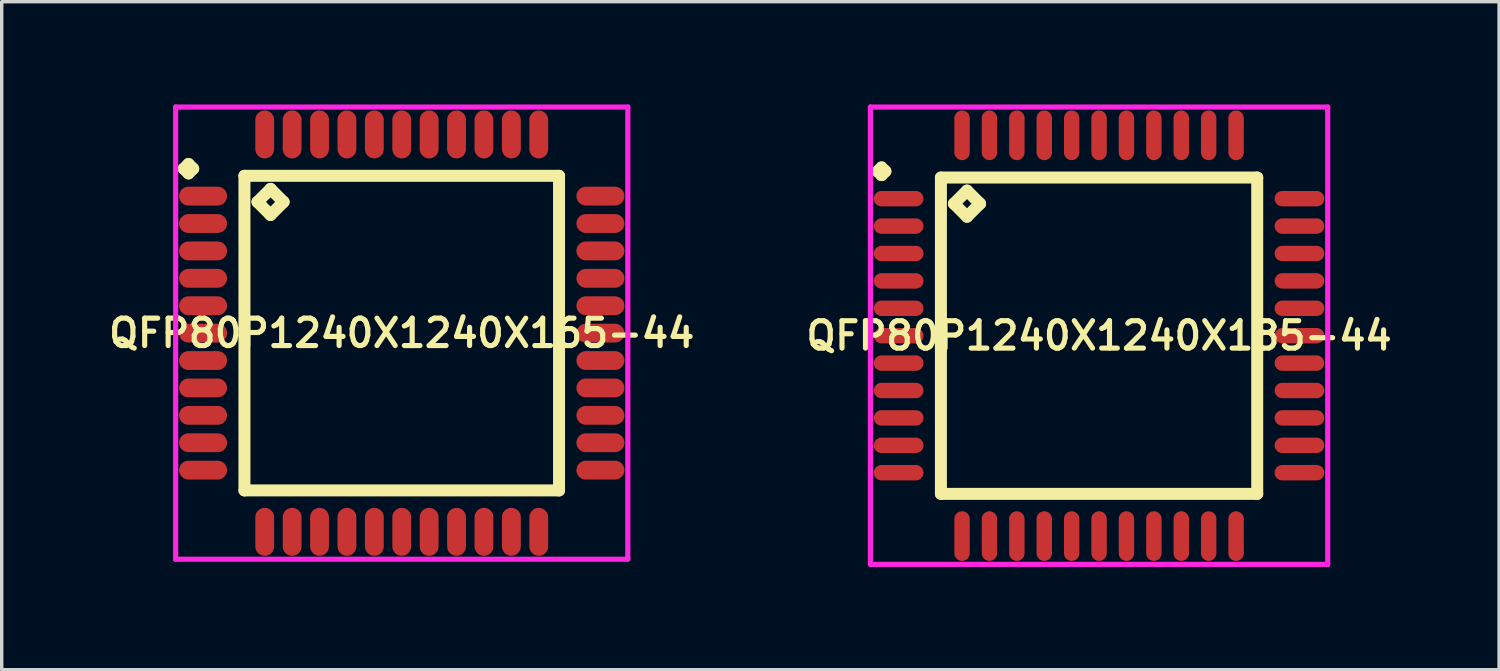
<source format=kicad_pcb>
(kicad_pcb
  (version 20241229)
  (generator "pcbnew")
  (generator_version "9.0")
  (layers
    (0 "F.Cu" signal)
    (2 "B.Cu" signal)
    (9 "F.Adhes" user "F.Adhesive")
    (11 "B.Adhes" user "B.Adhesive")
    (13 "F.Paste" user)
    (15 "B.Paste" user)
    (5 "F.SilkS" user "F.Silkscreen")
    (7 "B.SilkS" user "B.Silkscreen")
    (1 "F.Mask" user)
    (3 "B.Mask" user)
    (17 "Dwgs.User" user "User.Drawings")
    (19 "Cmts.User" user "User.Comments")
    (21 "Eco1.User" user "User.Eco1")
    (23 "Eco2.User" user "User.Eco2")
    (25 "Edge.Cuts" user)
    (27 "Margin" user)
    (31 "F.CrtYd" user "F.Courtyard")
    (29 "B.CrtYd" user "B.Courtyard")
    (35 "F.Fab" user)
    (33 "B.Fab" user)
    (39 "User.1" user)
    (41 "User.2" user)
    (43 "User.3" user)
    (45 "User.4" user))
  (footprint "QFP80P1240X1240X165-44"
    (layer "F.Cu")
    (at 8.678 6.675)
    (property "Reference" "QFP80P1240X1240X165-44" (at 0 0 0) (layer "F.SilkS") (effects (font (size 0.8 0.8) (thickness 0.15))))
    (attr smd)
    (fp_line (start -6.362 -4.8) (end -6.225 -4.938) (stroke (width 0.35) (type solid)) (layer "F.SilkS"))
    (fp_line (start -6.225 -4.938) (end -6.088 -4.8) (stroke (width 0.35) (type solid)) (layer "F.SilkS"))
    (fp_line (start -6.225 -4.662) (end -6.362 -4.8) (stroke (width 0.35) (type solid)) (layer "F.SilkS"))
    (fp_line (start -6.088 -4.8) (end -6.225 -4.662) (stroke (width 0.35) (type solid)) (layer "F.SilkS"))
    (fp_line (start -4.592 -4.592) (end -4.592 4.592) (stroke (width 0.35) (type solid)) (layer "F.SilkS"))
    (fp_line (start -4.592 4.592) (end 4.592 4.592) (stroke (width 0.35) (type solid)) (layer "F.SilkS"))
    (fp_line (start -4.211 -3.83) (end -3.83 -4.211) (stroke (width 0.35) (type solid)) (layer "F.SilkS"))
    (fp_line (start -3.83 -4.211) (end -3.449 -3.83) (stroke (width 0.35) (type solid)) (layer "F.SilkS"))
    (fp_line (start -3.83 -3.449) (end -4.211 -3.83) (stroke (width 0.35) (type solid)) (layer "F.SilkS"))
    (fp_line (start -3.449 -3.83) (end -3.83 -3.449) (stroke (width 0.35) (type solid)) (layer "F.SilkS"))
    (fp_line (start 4.592 -4.592) (end -4.592 -4.592) (stroke (width 0.35) (type solid)) (layer "F.SilkS"))
    (fp_line (start 4.592 4.592) (end 4.592 -4.592) (stroke (width 0.35) (type solid)) (layer "F.SilkS"))
    (fp_line (start -6.6 -6.6) (end 6.6 -6.6) (stroke (width 0.15) (type solid)) (layer "F.CrtYd"))
    (fp_line (start -6.6 6.6) (end -6.6 -6.6) (stroke (width 0.15) (type solid)) (layer "F.CrtYd"))
    (fp_line (start 6.6 -6.6) (end 6.6 6.6) (stroke (width 0.15) (type solid)) (layer "F.CrtYd"))
    (fp_line (start 6.6 6.6) (end -6.6 6.6) (stroke (width 0.15) (type solid)) (layer "F.CrtYd"))
    (pad "1" smd oval (at -5.8 -4) (size 1.4 0.55) (layers "F.Cu" "F.Mask" "F.Paste"))
    (pad "2" smd oval (at -5.8 -3.2) (size 1.4 0.55) (layers "F.Cu" "F.Mask" "F.Paste"))
    (pad "3" smd oval (at -5.8 -2.4) (size 1.4 0.55) (layers "F.Cu" "F.Mask" "F.Paste"))
    (pad "4" smd oval (at -5.8 -1.6) (size 1.4 0.55) (layers "F.Cu" "F.Mask" "F.Paste"))
    (pad "5" smd oval (at -5.8 -0.8) (size 1.4 0.55) (layers "F.Cu" "F.Mask" "F.Paste"))
    (pad "6" smd oval (at -5.8 0) (size 1.4 0.55) (layers "F.Cu" "F.Mask" "F.Paste"))
    (pad "7" smd oval (at -5.8 0.8) (size 1.4 0.55) (layers "F.Cu" "F.Mask" "F.Paste"))
    (pad "8" smd oval (at -5.8 1.6) (size 1.4 0.55) (layers "F.Cu" "F.Mask" "F.Paste"))
    (pad "9" smd oval (at -5.8 2.4) (size 1.4 0.55) (layers "F.Cu" "F.Mask" "F.Paste"))
    (pad "10" smd oval (at -5.8 3.2) (size 1.4 0.55) (layers "F.Cu" "F.Mask" "F.Paste"))
    (pad "11" smd oval (at -5.8 4) (size 1.4 0.55) (layers "F.Cu" "F.Mask" "F.Paste"))
    (pad "12" smd oval (at -4 5.8) (size 0.55 1.4) (layers "F.Cu" "F.Mask" "F.Paste"))
    (pad "13" smd oval (at -3.2 5.8) (size 0.55 1.4) (layers "F.Cu" "F.Mask" "F.Paste"))
    (pad "14" smd oval (at -2.4 5.8) (size 0.55 1.4) (layers "F.Cu" "F.Mask" "F.Paste"))
    (pad "15" smd oval (at -1.6 5.8) (size 0.55 1.4) (layers "F.Cu" "F.Mask" "F.Paste"))
    (pad "16" smd oval (at -0.8 5.8) (size 0.55 1.4) (layers "F.Cu" "F.Mask" "F.Paste"))
    (pad "17" smd oval (at 0 5.8) (size 0.55 1.4) (layers "F.Cu" "F.Mask" "F.Paste"))
    (pad "18" smd oval (at 0.8 5.8) (size 0.55 1.4) (layers "F.Cu" "F.Mask" "F.Paste"))
    (pad "19" smd oval (at 1.6 5.8) (size 0.55 1.4) (layers "F.Cu" "F.Mask" "F.Paste"))
    (pad "20" smd oval (at 2.4 5.8) (size 0.55 1.4) (layers "F.Cu" "F.Mask" "F.Paste"))
    (pad "21" smd oval (at 3.2 5.8) (size 0.55 1.4) (layers "F.Cu" "F.Mask" "F.Paste"))
    (pad "22" smd oval (at 4 5.8) (size 0.55 1.4) (layers "F.Cu" "F.Mask" "F.Paste"))
    (pad "23" smd oval (at 5.8 4) (size 1.4 0.55) (layers "F.Cu" "F.Mask" "F.Paste"))
    (pad "24" smd oval (at 5.8 3.2) (size 1.4 0.55) (layers "F.Cu" "F.Mask" "F.Paste"))
    (pad "25" smd oval (at 5.8 2.4) (size 1.4 0.55) (layers "F.Cu" "F.Mask" "F.Paste"))
    (pad "26" smd oval (at 5.8 1.6) (size 1.4 0.55) (layers "F.Cu" "F.Mask" "F.Paste"))
    (pad "27" smd oval (at 5.8 0.8) (size 1.4 0.55) (layers "F.Cu" "F.Mask" "F.Paste"))
    (pad "28" smd oval (at 5.8 0) (size 1.4 0.55) (layers "F.Cu" "F.Mask" "F.Paste"))
    (pad "29" smd oval (at 5.8 -0.8) (size 1.4 0.55) (layers "F.Cu" "F.Mask" "F.Paste"))
    (pad "30" smd oval (at 5.8 -1.6) (size 1.4 0.55) (layers "F.Cu" "F.Mask" "F.Paste"))
    (pad "31" smd oval (at 5.8 -2.4) (size 1.4 0.55) (layers "F.Cu" "F.Mask" "F.Paste"))
    (pad "32" smd oval (at 5.8 -3.2) (size 1.4 0.55) (layers "F.Cu" "F.Mask" "F.Paste"))
    (pad "33" smd oval (at 5.8 -4) (size 1.4 0.55) (layers "F.Cu" "F.Mask" "F.Paste"))
    (pad "34" smd oval (at 4 -5.8) (size 0.55 1.4) (layers "F.Cu" "F.Mask" "F.Paste"))
    (pad "35" smd oval (at 3.2 -5.8) (size 0.55 1.4) (layers "F.Cu" "F.Mask" "F.Paste"))
    (pad "36" smd oval (at 2.4 -5.8) (size 0.55 1.4) (layers "F.Cu" "F.Mask" "F.Paste"))
    (pad "37" smd oval (at 1.6 -5.8) (size 0.55 1.4) (layers "F.Cu" "F.Mask" "F.Paste"))
    (pad "38" smd oval (at 0.8 -5.8) (size 0.55 1.4) (layers "F.Cu" "F.Mask" "F.Paste"))
    (pad "39" smd oval (at 0 -5.8) (size 0.55 1.4) (layers "F.Cu" "F.Mask" "F.Paste"))
    (pad "40" smd oval (at -0.8 -5.8) (size 0.55 1.4) (layers "F.Cu" "F.Mask" "F.Paste"))
    (pad "41" smd oval (at -1.6 -5.8) (size 0.55 1.4) (layers "F.Cu" "F.Mask" "F.Paste"))
    (pad "42" smd oval (at -2.4 -5.8) (size 0.55 1.4) (layers "F.Cu" "F.Mask" "F.Paste"))
    (pad "43" smd oval (at -3.2 -5.8) (size 0.55 1.4) (layers "F.Cu" "F.Mask" "F.Paste"))
    (pad "44" smd oval (at -4 -5.8) (size 0.55 1.4) (layers "F.Cu" "F.Mask" "F.Paste")))
  (footprint "QFP80P1240X1240X185-44"
    (layer "F.Cu")
    (at 29.035 6.75)
    (property "Reference" "QFP80P1240X1240X185-44" (at 0 0 0) (layer "F.SilkS") (effects (font (size 0.8 0.8) (thickness 0.15))))
    (attr smd)
    (fp_line (start -6.463 -4.8) (end -6.35 -4.912) (stroke (width 0.35) (type solid)) (layer "F.SilkS"))
    (fp_line (start -6.35 -4.912) (end -6.237 -4.8) (stroke (width 0.35) (type solid)) (layer "F.SilkS"))
    (fp_line (start -6.35 -4.688) (end -6.463 -4.8) (stroke (width 0.35) (type solid)) (layer "F.SilkS"))
    (fp_line (start -6.237 -4.8) (end -6.35 -4.688) (stroke (width 0.35) (type solid)) (layer "F.SilkS"))
    (fp_line (start -4.617 -4.617) (end -4.617 4.617) (stroke (width 0.35) (type solid)) (layer "F.SilkS"))
    (fp_line (start -4.617 4.617) (end 4.617 4.617) (stroke (width 0.35) (type solid)) (layer "F.SilkS"))
    (fp_line (start -4.236 -3.855) (end -3.855 -4.236) (stroke (width 0.35) (type solid)) (layer "F.SilkS"))
    (fp_line (start -3.855 -4.236) (end -3.474 -3.855) (stroke (width 0.35) (type solid)) (layer "F.SilkS"))
    (fp_line (start -3.855 -3.474) (end -4.236 -3.855) (stroke (width 0.35) (type solid)) (layer "F.SilkS"))
    (fp_line (start -3.474 -3.855) (end -3.855 -3.474) (stroke (width 0.35) (type solid)) (layer "F.SilkS"))
    (fp_line (start 4.617 -4.617) (end -4.617 -4.617) (stroke (width 0.35) (type solid)) (layer "F.SilkS"))
    (fp_line (start 4.617 4.617) (end 4.617 -4.617) (stroke (width 0.35) (type solid)) (layer "F.SilkS"))
    (fp_line (start -6.675 -6.675) (end 6.675 -6.675) (stroke (width 0.15) (type solid)) (layer "F.CrtYd"))
    (fp_line (start -6.675 6.675) (end -6.675 -6.675) (stroke (width 0.15) (type solid)) (layer "F.CrtYd"))
    (fp_line (start 6.675 -6.675) (end 6.675 6.675) (stroke (width 0.15) (type solid)) (layer "F.CrtYd"))
    (fp_line (start 6.675 6.675) (end -6.675 6.675) (stroke (width 0.15) (type solid)) (layer "F.CrtYd"))
    (pad "1" smd oval (at -5.85 -4) (size 1.45 0.45) (layers "F.Cu" "F.Mask" "F.Paste"))
    (pad "2" smd oval (at -5.85 -3.2) (size 1.45 0.45) (layers "F.Cu" "F.Mask" "F.Paste"))
    (pad "3" smd oval (at -5.85 -2.4) (size 1.45 0.45) (layers "F.Cu" "F.Mask" "F.Paste"))
    (pad "4" smd oval (at -5.85 -1.6) (size 1.45 0.45) (layers "F.Cu" "F.Mask" "F.Paste"))
    (pad "5" smd oval (at -5.85 -0.8) (size 1.45 0.45) (layers "F.Cu" "F.Mask" "F.Paste"))
    (pad "6" smd oval (at -5.85 0) (size 1.45 0.45) (layers "F.Cu" "F.Mask" "F.Paste"))
    (pad "7" smd oval (at -5.85 0.8) (size 1.45 0.45) (layers "F.Cu" "F.Mask" "F.Paste"))
    (pad "8" smd oval (at -5.85 1.6) (size 1.45 0.45) (layers "F.Cu" "F.Mask" "F.Paste"))
    (pad "9" smd oval (at -5.85 2.4) (size 1.45 0.45) (layers "F.Cu" "F.Mask" "F.Paste"))
    (pad "10" smd oval (at -5.85 3.2) (size 1.45 0.45) (layers "F.Cu" "F.Mask" "F.Paste"))
    (pad "11" smd oval (at -5.85 4) (size 1.45 0.45) (layers "F.Cu" "F.Mask" "F.Paste"))
    (pad "12" smd oval (at -4 5.85) (size 0.45 1.45) (layers "F.Cu" "F.Mask" "F.Paste"))
    (pad "13" smd oval (at -3.2 5.85) (size 0.45 1.45) (layers "F.Cu" "F.Mask" "F.Paste"))
    (pad "14" smd oval (at -2.4 5.85) (size 0.45 1.45) (layers "F.Cu" "F.Mask" "F.Paste"))
    (pad "15" smd oval (at -1.6 5.85) (size 0.45 1.45) (layers "F.Cu" "F.Mask" "F.Paste"))
    (pad "16" smd oval (at -0.8 5.85) (size 0.45 1.45) (layers "F.Cu" "F.Mask" "F.Paste"))
    (pad "17" smd oval (at 0 5.85) (size 0.45 1.45) (layers "F.Cu" "F.Mask" "F.Paste"))
    (pad "18" smd oval (at 0.8 5.85) (size 0.45 1.45) (layers "F.Cu" "F.Mask" "F.Paste"))
    (pad "19" smd oval (at 1.6 5.85) (size 0.45 1.45) (layers "F.Cu" "F.Mask" "F.Paste"))
    (pad "20" smd oval (at 2.4 5.85) (size 0.45 1.45) (layers "F.Cu" "F.Mask" "F.Paste"))
    (pad "21" smd oval (at 3.2 5.85) (size 0.45 1.45) (layers "F.Cu" "F.Mask" "F.Paste"))
    (pad "22" smd oval (at 4 5.85) (size 0.45 1.45) (layers "F.Cu" "F.Mask" "F.Paste"))
    (pad "23" smd oval (at 5.85 4) (size 1.45 0.45) (layers "F.Cu" "F.Mask" "F.Paste"))
    (pad "24" smd oval (at 5.85 3.2) (size 1.45 0.45) (layers "F.Cu" "F.Mask" "F.Paste"))
    (pad "25" smd oval (at 5.85 2.4) (size 1.45 0.45) (layers "F.Cu" "F.Mask" "F.Paste"))
    (pad "26" smd oval (at 5.85 1.6) (size 1.45 0.45) (layers "F.Cu" "F.Mask" "F.Paste"))
    (pad "27" smd oval (at 5.85 0.8) (size 1.45 0.45) (layers "F.Cu" "F.Mask" "F.Paste"))
    (pad "28" smd oval (at 5.85 0) (size 1.45 0.45) (layers "F.Cu" "F.Mask" "F.Paste"))
    (pad "29" smd oval (at 5.85 -0.8) (size 1.45 0.45) (layers "F.Cu" "F.Mask" "F.Paste"))
    (pad "30" smd oval (at 5.85 -1.6) (size 1.45 0.45) (layers "F.Cu" "F.Mask" "F.Paste"))
    (pad "31" smd oval (at 5.85 -2.4) (size 1.45 0.45) (layers "F.Cu" "F.Mask" "F.Paste"))
    (pad "32" smd oval (at 5.85 -3.2) (size 1.45 0.45) (layers "F.Cu" "F.Mask" "F.Paste"))
    (pad "33" smd oval (at 5.85 -4) (size 1.45 0.45) (layers "F.Cu" "F.Mask" "F.Paste"))
    (pad "34" smd oval (at 4 -5.85) (size 0.45 1.45) (layers "F.Cu" "F.Mask" "F.Paste"))
    (pad "35" smd oval (at 3.2 -5.85) (size 0.45 1.45) (layers "F.Cu" "F.Mask" "F.Paste"))
    (pad "36" smd oval (at 2.4 -5.85) (size 0.45 1.45) (layers "F.Cu" "F.Mask" "F.Paste"))
    (pad "37" smd oval (at 1.6 -5.85) (size 0.45 1.45) (layers "F.Cu" "F.Mask" "F.Paste"))
    (pad "38" smd oval (at 0.8 -5.85) (size 0.45 1.45) (layers "F.Cu" "F.Mask" "F.Paste"))
    (pad "39" smd oval (at 0 -5.85) (size 0.45 1.45) (layers "F.Cu" "F.Mask" "F.Paste"))
    (pad "40" smd oval (at -0.8 -5.85) (size 0.45 1.45) (layers "F.Cu" "F.Mask" "F.Paste"))
    (pad "41" smd oval (at -1.6 -5.85) (size 0.45 1.45) (layers "F.Cu" "F.Mask" "F.Paste"))
    (pad "42" smd oval (at -2.4 -5.85) (size 0.45 1.45) (layers "F.Cu" "F.Mask" "F.Paste"))
    (pad "43" smd oval (at -3.2 -5.85) (size 0.45 1.45) (layers "F.Cu" "F.Mask" "F.Paste"))
    (pad "44" smd oval (at -4 -5.85) (size 0.45 1.45) (layers "F.Cu" "F.Mask" "F.Paste")))
  (gr_rect
    (start -3 -3)
    (end 40.713 16.5)
    (stroke (width 0.1) (type default))
    (fill no)
    (layer "Edge.Cuts")))
</source>
